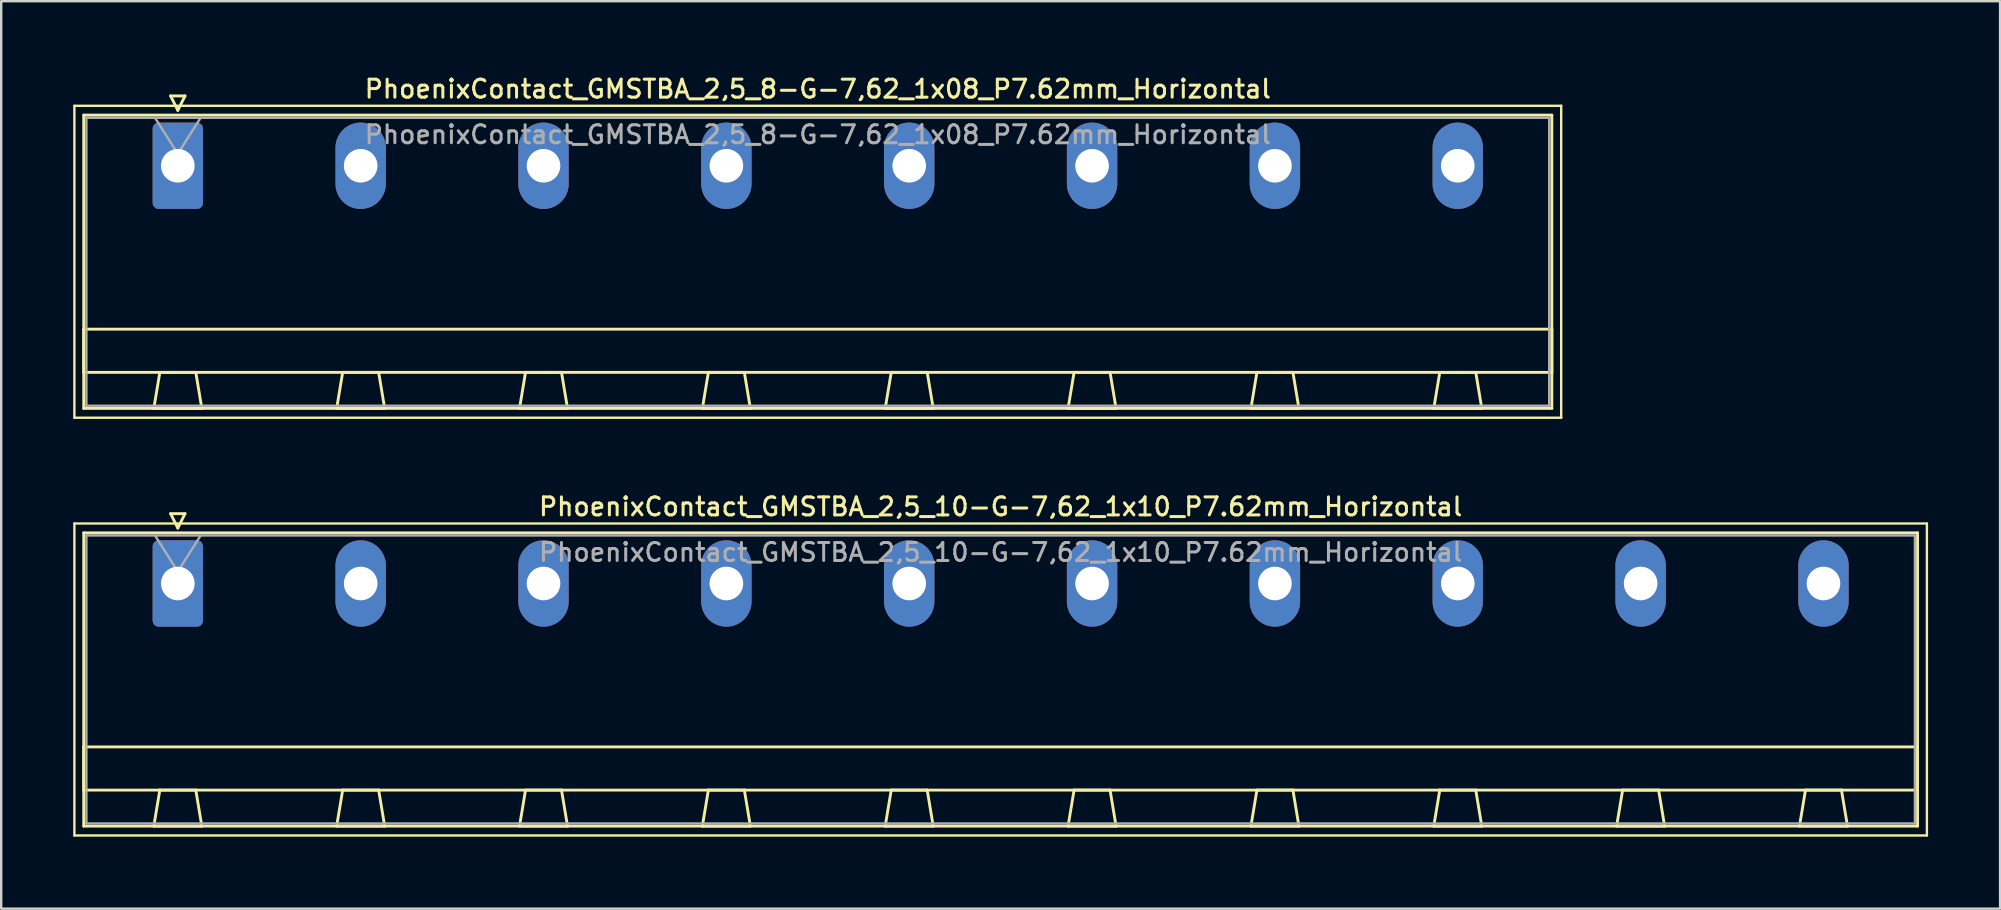
<source format=kicad_pcb>
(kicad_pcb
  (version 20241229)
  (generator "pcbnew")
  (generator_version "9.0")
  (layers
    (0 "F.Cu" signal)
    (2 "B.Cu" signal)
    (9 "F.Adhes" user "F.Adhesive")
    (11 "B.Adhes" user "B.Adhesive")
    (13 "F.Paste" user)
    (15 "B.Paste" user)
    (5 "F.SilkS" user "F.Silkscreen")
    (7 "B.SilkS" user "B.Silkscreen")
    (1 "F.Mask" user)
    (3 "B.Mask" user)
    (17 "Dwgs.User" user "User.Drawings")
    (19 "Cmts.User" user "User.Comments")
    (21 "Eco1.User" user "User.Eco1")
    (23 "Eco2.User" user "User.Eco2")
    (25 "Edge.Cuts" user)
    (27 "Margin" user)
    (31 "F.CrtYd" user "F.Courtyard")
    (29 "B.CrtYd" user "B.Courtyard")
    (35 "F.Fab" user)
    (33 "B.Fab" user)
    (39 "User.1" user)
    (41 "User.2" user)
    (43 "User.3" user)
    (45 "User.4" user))
  (footprint "PhoenixContact_GMSTBA_2,5_8-G-7,62_1x08_P7.62mm_Horizontal"
    (layer "F.Cu")
    (at 4.36 3.858)
    (property "Reference" "PhoenixContact_GMSTBA_2,5_8-G-7,62_1x08_P7.62mm_Horizontal" (at 26.67 -3.2 0) (layer "F.SilkS") (effects (font (size 0.75 0.75) (thickness 0.125))))
    (attr through_hole)
    (fp_line (start -4.31 -2.5) (end -4.31 10.5) (stroke (width 0.1) (type solid)) (layer "F.SilkS"))
    (fp_line (start -4.31 10.5) (end 57.65 10.5) (stroke (width 0.1) (type solid)) (layer "F.SilkS"))
    (fp_line (start -3.92 -2.11) (end -3.92 10.11) (stroke (width 0.12) (type solid)) (layer "F.SilkS"))
    (fp_line (start -3.92 6.81) (end 57.26 6.81) (stroke (width 0.12) (type solid)) (layer "F.SilkS"))
    (fp_line (start -3.92 8.61) (end -3.92 6.81) (stroke (width 0.12) (type solid)) (layer "F.SilkS"))
    (fp_line (start -3.92 10.11) (end 57.26 10.11) (stroke (width 0.12) (type solid)) (layer "F.SilkS"))
    (fp_line (start -1 10.11) (end 1 10.11) (stroke (width 0.12) (type solid)) (layer "F.SilkS"))
    (fp_line (start -0.75 8.61) (end -1 10.11) (stroke (width 0.12) (type solid)) (layer "F.SilkS"))
    (fp_line (start -0.3 -2.91) (end 0.3 -2.91) (stroke (width 0.12) (type solid)) (layer "F.SilkS"))
    (fp_line (start 0 -2.31) (end -0.3 -2.91) (stroke (width 0.12) (type solid)) (layer "F.SilkS"))
    (fp_line (start 0.3 -2.91) (end 0 -2.31) (stroke (width 0.12) (type solid)) (layer "F.SilkS"))
    (fp_line (start 0.75 8.61) (end -0.75 8.61) (stroke (width 0.12) (type solid)) (layer "F.SilkS"))
    (fp_line (start 1 10.11) (end 0.75 8.61) (stroke (width 0.12) (type solid)) (layer "F.SilkS"))
    (fp_line (start 6.62 10.11) (end 8.62 10.11) (stroke (width 0.12) (type solid)) (layer "F.SilkS"))
    (fp_line (start 6.87 8.61) (end 6.62 10.11) (stroke (width 0.12) (type solid)) (layer "F.SilkS"))
    (fp_line (start 8.37 8.61) (end 6.87 8.61) (stroke (width 0.12) (type solid)) (layer "F.SilkS"))
    (fp_line (start 8.62 10.11) (end 8.37 8.61) (stroke (width 0.12) (type solid)) (layer "F.SilkS"))
    (fp_line (start 14.24 10.11) (end 16.24 10.11) (stroke (width 0.12) (type solid)) (layer "F.SilkS"))
    (fp_line (start 14.49 8.61) (end 14.24 10.11) (stroke (width 0.12) (type solid)) (layer "F.SilkS"))
    (fp_line (start 15.99 8.61) (end 14.49 8.61) (stroke (width 0.12) (type solid)) (layer "F.SilkS"))
    (fp_line (start 16.24 10.11) (end 15.99 8.61) (stroke (width 0.12) (type solid)) (layer "F.SilkS"))
    (fp_line (start 21.86 10.11) (end 23.86 10.11) (stroke (width 0.12) (type solid)) (layer "F.SilkS"))
    (fp_line (start 22.11 8.61) (end 21.86 10.11) (stroke (width 0.12) (type solid)) (layer "F.SilkS"))
    (fp_line (start 23.61 8.61) (end 22.11 8.61) (stroke (width 0.12) (type solid)) (layer "F.SilkS"))
    (fp_line (start 23.86 10.11) (end 23.61 8.61) (stroke (width 0.12) (type solid)) (layer "F.SilkS"))
    (fp_line (start 29.48 10.11) (end 31.48 10.11) (stroke (width 0.12) (type solid)) (layer "F.SilkS"))
    (fp_line (start 29.73 8.61) (end 29.48 10.11) (stroke (width 0.12) (type solid)) (layer "F.SilkS"))
    (fp_line (start 31.23 8.61) (end 29.73 8.61) (stroke (width 0.12) (type solid)) (layer "F.SilkS"))
    (fp_line (start 31.48 10.11) (end 31.23 8.61) (stroke (width 0.12) (type solid)) (layer "F.SilkS"))
    (fp_line (start 37.1 10.11) (end 39.1 10.11) (stroke (width 0.12) (type solid)) (layer "F.SilkS"))
    (fp_line (start 37.35 8.61) (end 37.1 10.11) (stroke (width 0.12) (type solid)) (layer "F.SilkS"))
    (fp_line (start 38.85 8.61) (end 37.35 8.61) (stroke (width 0.12) (type solid)) (layer "F.SilkS"))
    (fp_line (start 39.1 10.11) (end 38.85 8.61) (stroke (width 0.12) (type solid)) (layer "F.SilkS"))
    (fp_line (start 44.72 10.11) (end 46.72 10.11) (stroke (width 0.12) (type solid)) (layer "F.SilkS"))
    (fp_line (start 44.97 8.61) (end 44.72 10.11) (stroke (width 0.12) (type solid)) (layer "F.SilkS"))
    (fp_line (start 46.47 8.61) (end 44.97 8.61) (stroke (width 0.12) (type solid)) (layer "F.SilkS"))
    (fp_line (start 46.72 10.11) (end 46.47 8.61) (stroke (width 0.12) (type solid)) (layer "F.SilkS"))
    (fp_line (start 52.34 10.11) (end 54.34 10.11) (stroke (width 0.12) (type solid)) (layer "F.SilkS"))
    (fp_line (start 52.59 8.61) (end 52.34 10.11) (stroke (width 0.12) (type solid)) (layer "F.SilkS"))
    (fp_line (start 54.09 8.61) (end 52.59 8.61) (stroke (width 0.12) (type solid)) (layer "F.SilkS"))
    (fp_line (start 54.34 10.11) (end 54.09 8.61) (stroke (width 0.12) (type solid)) (layer "F.SilkS"))
    (fp_line (start 57.26 -2.11) (end -3.92 -2.11) (stroke (width 0.12) (type solid)) (layer "F.SilkS"))
    (fp_line (start 57.26 6.81) (end 57.26 8.61) (stroke (width 0.12) (type solid)) (layer "F.SilkS"))
    (fp_line (start 57.26 8.61) (end -3.92 8.61) (stroke (width 0.12) (type solid)) (layer "F.SilkS"))
    (fp_line (start 57.26 10.11) (end 57.26 -2.11) (stroke (width 0.12) (type solid)) (layer "F.SilkS"))
    (fp_line (start 57.65 -2.5) (end -4.31 -2.5) (stroke (width 0.1) (type solid)) (layer "F.SilkS"))
    (fp_line (start 57.65 10.5) (end 57.65 -2.5) (stroke (width 0.1) (type solid)) (layer "F.SilkS"))
    (fp_line (start -3.81 -2) (end -3.81 10) (stroke (width 0.1) (type solid)) (layer "F.Fab"))
    (fp_line (start -3.81 10) (end 57.15 10) (stroke (width 0.1) (type solid)) (layer "F.Fab"))
    (fp_line (start 0 -0.5) (end -0.95 -2) (stroke (width 0.1) (type solid)) (layer "F.Fab"))
    (fp_line (start 0.95 -2) (end 0 -0.5) (stroke (width 0.1) (type solid)) (layer "F.Fab"))
    (fp_line (start 57.15 -2) (end -3.81 -2) (stroke (width 0.1) (type solid)) (layer "F.Fab"))
    (fp_line (start 57.15 10) (end 57.15 -2) (stroke (width 0.1) (type solid)) (layer "F.Fab"))
    (fp_text user "${REFERENCE}" (at 26.67 -1.3 0) (layer "F.Fab") (effects (font (size 0.75 0.75) (thickness 0.125))))
    (pad "1" thru_hole roundrect (at 0 0) (size 2.1 3.6) (drill 1.4) (layers "*.Cu" "*.Mask") (roundrect_rratio 0.119))
    (pad "2" thru_hole oval (at 7.62 0) (size 2.1 3.6) (drill 1.4) (layers "*.Cu" "*.Mask"))
    (pad "3" thru_hole oval (at 15.24 0) (size 2.1 3.6) (drill 1.4) (layers "*.Cu" "*.Mask"))
    (pad "4" thru_hole oval (at 22.86 0) (size 2.1 3.6) (drill 1.4) (layers "*.Cu" "*.Mask"))
    (pad "5" thru_hole oval (at 30.48 0) (size 2.1 3.6) (drill 1.4) (layers "*.Cu" "*.Mask"))
    (pad "6" thru_hole oval (at 38.1 0) (size 2.1 3.6) (drill 1.4) (layers "*.Cu" "*.Mask"))
    (pad "7" thru_hole oval (at 45.72 0) (size 2.1 3.6) (drill 1.4) (layers "*.Cu" "*.Mask"))
    (pad "8" thru_hole oval (at 53.34 0) (size 2.1 3.6) (drill 1.4) (layers "*.Cu" "*.Mask")))
  (footprint "PhoenixContact_GMSTBA_2,5_10-G-7,62_1x10_P7.62mm_Horizontal"
    (layer "F.Cu")
    (at 4.36 21.266)
    (property "Reference" "PhoenixContact_GMSTBA_2,5_10-G-7,62_1x10_P7.62mm_Horizontal" (at 34.29 -3.2 0) (layer "F.SilkS") (effects (font (size 0.75 0.75) (thickness 0.125))))
    (attr through_hole)
    (fp_line (start -4.31 -2.5) (end -4.31 10.5) (stroke (width 0.1) (type solid)) (layer "F.SilkS"))
    (fp_line (start -4.31 10.5) (end 72.89 10.5) (stroke (width 0.1) (type solid)) (layer "F.SilkS"))
    (fp_line (start -3.92 -2.11) (end -3.92 10.11) (stroke (width 0.12) (type solid)) (layer "F.SilkS"))
    (fp_line (start -3.92 6.81) (end 72.5 6.81) (stroke (width 0.12) (type solid)) (layer "F.SilkS"))
    (fp_line (start -3.92 8.61) (end -3.92 6.81) (stroke (width 0.12) (type solid)) (layer "F.SilkS"))
    (fp_line (start -3.92 10.11) (end 72.5 10.11) (stroke (width 0.12) (type solid)) (layer "F.SilkS"))
    (fp_line (start -1 10.11) (end 1 10.11) (stroke (width 0.12) (type solid)) (layer "F.SilkS"))
    (fp_line (start -0.75 8.61) (end -1 10.11) (stroke (width 0.12) (type solid)) (layer "F.SilkS"))
    (fp_line (start -0.3 -2.91) (end 0.3 -2.91) (stroke (width 0.12) (type solid)) (layer "F.SilkS"))
    (fp_line (start 0 -2.31) (end -0.3 -2.91) (stroke (width 0.12) (type solid)) (layer "F.SilkS"))
    (fp_line (start 0.3 -2.91) (end 0 -2.31) (stroke (width 0.12) (type solid)) (layer "F.SilkS"))
    (fp_line (start 0.75 8.61) (end -0.75 8.61) (stroke (width 0.12) (type solid)) (layer "F.SilkS"))
    (fp_line (start 1 10.11) (end 0.75 8.61) (stroke (width 0.12) (type solid)) (layer "F.SilkS"))
    (fp_line (start 6.62 10.11) (end 8.62 10.11) (stroke (width 0.12) (type solid)) (layer "F.SilkS"))
    (fp_line (start 6.87 8.61) (end 6.62 10.11) (stroke (width 0.12) (type solid)) (layer "F.SilkS"))
    (fp_line (start 8.37 8.61) (end 6.87 8.61) (stroke (width 0.12) (type solid)) (layer "F.SilkS"))
    (fp_line (start 8.62 10.11) (end 8.37 8.61) (stroke (width 0.12) (type solid)) (layer "F.SilkS"))
    (fp_line (start 14.24 10.11) (end 16.24 10.11) (stroke (width 0.12) (type solid)) (layer "F.SilkS"))
    (fp_line (start 14.49 8.61) (end 14.24 10.11) (stroke (width 0.12) (type solid)) (layer "F.SilkS"))
    (fp_line (start 15.99 8.61) (end 14.49 8.61) (stroke (width 0.12) (type solid)) (layer "F.SilkS"))
    (fp_line (start 16.24 10.11) (end 15.99 8.61) (stroke (width 0.12) (type solid)) (layer "F.SilkS"))
    (fp_line (start 21.86 10.11) (end 23.86 10.11) (stroke (width 0.12) (type solid)) (layer "F.SilkS"))
    (fp_line (start 22.11 8.61) (end 21.86 10.11) (stroke (width 0.12) (type solid)) (layer "F.SilkS"))
    (fp_line (start 23.61 8.61) (end 22.11 8.61) (stroke (width 0.12) (type solid)) (layer "F.SilkS"))
    (fp_line (start 23.86 10.11) (end 23.61 8.61) (stroke (width 0.12) (type solid)) (layer "F.SilkS"))
    (fp_line (start 29.48 10.11) (end 31.48 10.11) (stroke (width 0.12) (type solid)) (layer "F.SilkS"))
    (fp_line (start 29.73 8.61) (end 29.48 10.11) (stroke (width 0.12) (type solid)) (layer "F.SilkS"))
    (fp_line (start 31.23 8.61) (end 29.73 8.61) (stroke (width 0.12) (type solid)) (layer "F.SilkS"))
    (fp_line (start 31.48 10.11) (end 31.23 8.61) (stroke (width 0.12) (type solid)) (layer "F.SilkS"))
    (fp_line (start 37.1 10.11) (end 39.1 10.11) (stroke (width 0.12) (type solid)) (layer "F.SilkS"))
    (fp_line (start 37.35 8.61) (end 37.1 10.11) (stroke (width 0.12) (type solid)) (layer "F.SilkS"))
    (fp_line (start 38.85 8.61) (end 37.35 8.61) (stroke (width 0.12) (type solid)) (layer "F.SilkS"))
    (fp_line (start 39.1 10.11) (end 38.85 8.61) (stroke (width 0.12) (type solid)) (layer "F.SilkS"))
    (fp_line (start 44.72 10.11) (end 46.72 10.11) (stroke (width 0.12) (type solid)) (layer "F.SilkS"))
    (fp_line (start 44.97 8.61) (end 44.72 10.11) (stroke (width 0.12) (type solid)) (layer "F.SilkS"))
    (fp_line (start 46.47 8.61) (end 44.97 8.61) (stroke (width 0.12) (type solid)) (layer "F.SilkS"))
    (fp_line (start 46.72 10.11) (end 46.47 8.61) (stroke (width 0.12) (type solid)) (layer "F.SilkS"))
    (fp_line (start 52.34 10.11) (end 54.34 10.11) (stroke (width 0.12) (type solid)) (layer "F.SilkS"))
    (fp_line (start 52.59 8.61) (end 52.34 10.11) (stroke (width 0.12) (type solid)) (layer "F.SilkS"))
    (fp_line (start 54.09 8.61) (end 52.59 8.61) (stroke (width 0.12) (type solid)) (layer "F.SilkS"))
    (fp_line (start 54.34 10.11) (end 54.09 8.61) (stroke (width 0.12) (type solid)) (layer "F.SilkS"))
    (fp_line (start 59.96 10.11) (end 61.96 10.11) (stroke (width 0.12) (type solid)) (layer "F.SilkS"))
    (fp_line (start 60.21 8.61) (end 59.96 10.11) (stroke (width 0.12) (type solid)) (layer "F.SilkS"))
    (fp_line (start 61.71 8.61) (end 60.21 8.61) (stroke (width 0.12) (type solid)) (layer "F.SilkS"))
    (fp_line (start 61.96 10.11) (end 61.71 8.61) (stroke (width 0.12) (type solid)) (layer "F.SilkS"))
    (fp_line (start 67.58 10.11) (end 69.58 10.11) (stroke (width 0.12) (type solid)) (layer "F.SilkS"))
    (fp_line (start 67.83 8.61) (end 67.58 10.11) (stroke (width 0.12) (type solid)) (layer "F.SilkS"))
    (fp_line (start 69.33 8.61) (end 67.83 8.61) (stroke (width 0.12) (type solid)) (layer "F.SilkS"))
    (fp_line (start 69.58 10.11) (end 69.33 8.61) (stroke (width 0.12) (type solid)) (layer "F.SilkS"))
    (fp_line (start 72.5 -2.11) (end -3.92 -2.11) (stroke (width 0.12) (type solid)) (layer "F.SilkS"))
    (fp_line (start 72.5 6.81) (end 72.5 8.61) (stroke (width 0.12) (type solid)) (layer "F.SilkS"))
    (fp_line (start 72.5 8.61) (end -3.92 8.61) (stroke (width 0.12) (type solid)) (layer "F.SilkS"))
    (fp_line (start 72.5 10.11) (end 72.5 -2.11) (stroke (width 0.12) (type solid)) (layer "F.SilkS"))
    (fp_line (start 72.89 -2.5) (end -4.31 -2.5) (stroke (width 0.1) (type solid)) (layer "F.SilkS"))
    (fp_line (start 72.89 10.5) (end 72.89 -2.5) (stroke (width 0.1) (type solid)) (layer "F.SilkS"))
    (fp_line (start -3.81 -2) (end -3.81 10) (stroke (width 0.1) (type solid)) (layer "F.Fab"))
    (fp_line (start -3.81 10) (end 72.39 10) (stroke (width 0.1) (type solid)) (layer "F.Fab"))
    (fp_line (start 0 -0.5) (end -0.95 -2) (stroke (width 0.1) (type solid)) (layer "F.Fab"))
    (fp_line (start 0.95 -2) (end 0 -0.5) (stroke (width 0.1) (type solid)) (layer "F.Fab"))
    (fp_line (start 72.39 -2) (end -3.81 -2) (stroke (width 0.1) (type solid)) (layer "F.Fab"))
    (fp_line (start 72.39 10) (end 72.39 -2) (stroke (width 0.1) (type solid)) (layer "F.Fab"))
    (fp_text user "${REFERENCE}" (at 34.29 -1.3 0) (layer "F.Fab") (effects (font (size 0.75 0.75) (thickness 0.125))))
    (pad "1" thru_hole roundrect (at 0 0) (size 2.1 3.6) (drill 1.4) (layers "*.Cu" "*.Mask") (roundrect_rratio 0.119))
    (pad "2" thru_hole oval (at 7.62 0) (size 2.1 3.6) (drill 1.4) (layers "*.Cu" "*.Mask"))
    (pad "3" thru_hole oval (at 15.24 0) (size 2.1 3.6) (drill 1.4) (layers "*.Cu" "*.Mask"))
    (pad "4" thru_hole oval (at 22.86 0) (size 2.1 3.6) (drill 1.4) (layers "*.Cu" "*.Mask"))
    (pad "5" thru_hole oval (at 30.48 0) (size 2.1 3.6) (drill 1.4) (layers "*.Cu" "*.Mask"))
    (pad "6" thru_hole oval (at 38.1 0) (size 2.1 3.6) (drill 1.4) (layers "*.Cu" "*.Mask"))
    (pad "7" thru_hole oval (at 45.72 0) (size 2.1 3.6) (drill 1.4) (layers "*.Cu" "*.Mask"))
    (pad "8" thru_hole oval (at 53.34 0) (size 2.1 3.6) (drill 1.4) (layers "*.Cu" "*.Mask"))
    (pad "9" thru_hole oval (at 60.96 0) (size 2.1 3.6) (drill 1.4) (layers "*.Cu" "*.Mask"))
    (pad "10" thru_hole oval (at 68.58 0) (size 2.1 3.6) (drill 1.4) (layers "*.Cu" "*.Mask")))
  (gr_rect
    (start -3 -3)
    (end 80.3 34.816)
    (stroke (width 0.1) (type default))
    (fill no)
    (layer "Edge.Cuts")))
</source>
